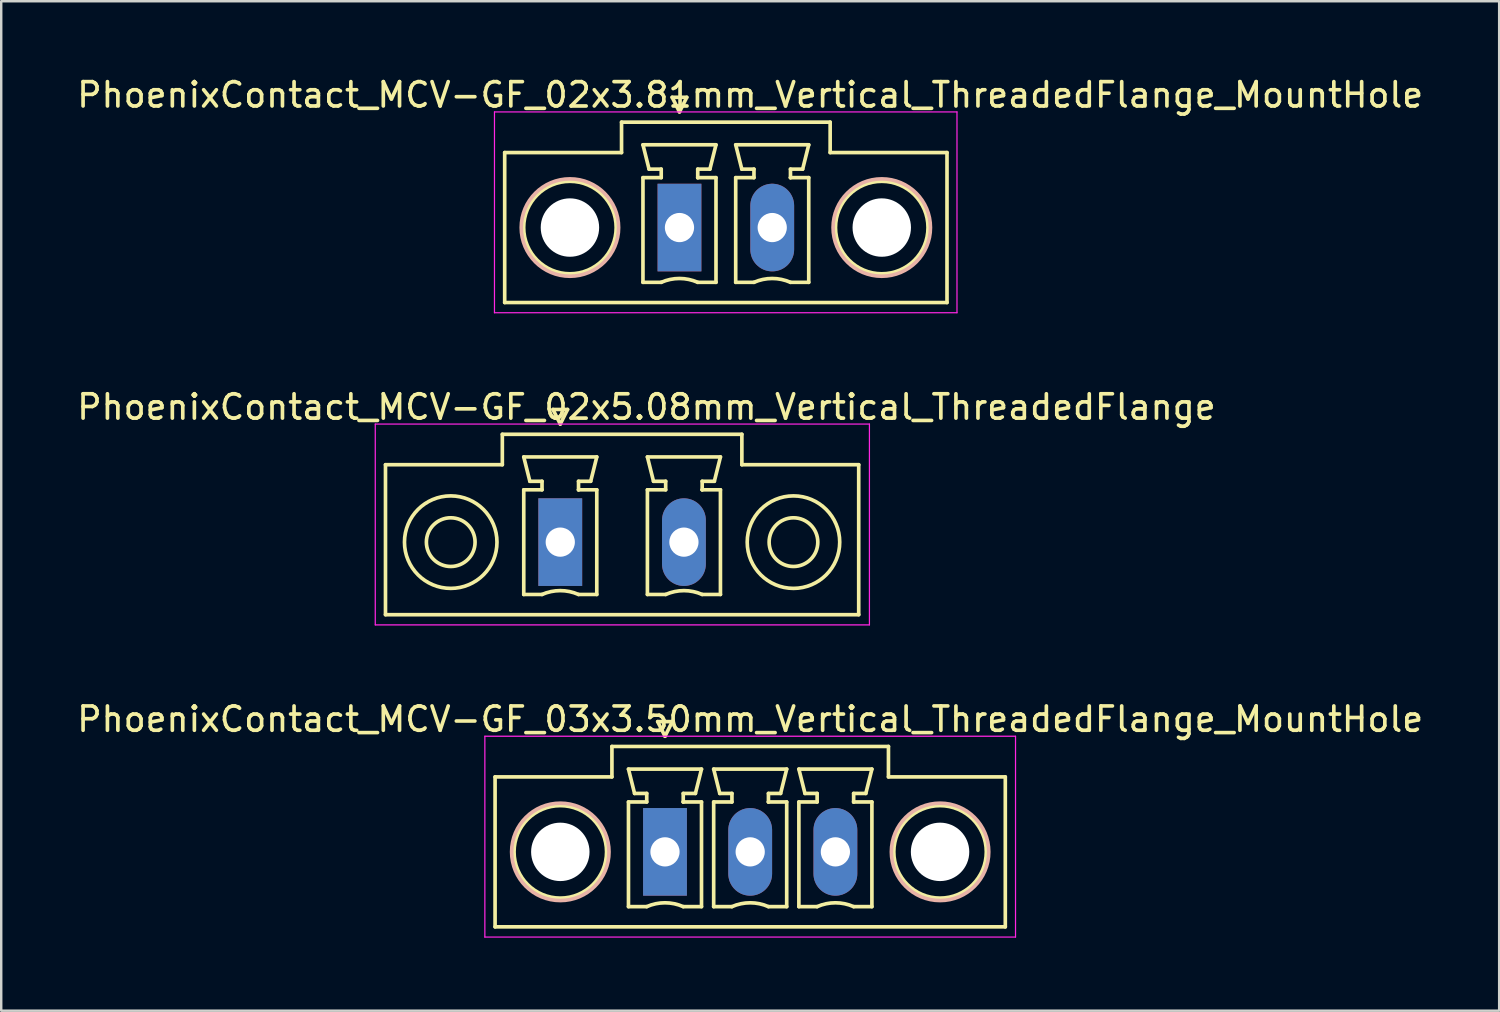
<source format=kicad_pcb>
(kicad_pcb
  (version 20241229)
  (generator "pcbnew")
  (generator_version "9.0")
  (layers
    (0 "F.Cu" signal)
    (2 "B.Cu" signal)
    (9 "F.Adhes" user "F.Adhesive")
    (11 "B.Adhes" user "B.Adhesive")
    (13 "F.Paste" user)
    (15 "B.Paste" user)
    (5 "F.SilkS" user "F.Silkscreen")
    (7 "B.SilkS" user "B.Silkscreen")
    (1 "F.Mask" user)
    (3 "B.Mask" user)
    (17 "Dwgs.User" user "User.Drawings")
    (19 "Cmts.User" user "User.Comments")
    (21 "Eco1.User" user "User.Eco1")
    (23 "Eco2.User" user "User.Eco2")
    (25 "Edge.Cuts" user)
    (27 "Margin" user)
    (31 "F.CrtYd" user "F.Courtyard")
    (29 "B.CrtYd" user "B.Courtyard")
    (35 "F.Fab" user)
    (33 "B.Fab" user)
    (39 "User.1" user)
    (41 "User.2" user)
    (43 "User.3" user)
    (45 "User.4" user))
  (footprint "PhoenixContact_MCV-GF_02x3.81mm_Vertical_ThreadedFlange_MountHole"
    (layer "F.Cu")
    (at 24.863 6.298)
    (property "Reference" "PhoenixContact_MCV-GF_02x3.81mm_Vertical_ThreadedFlange_MountHole" (at 2.905 -5.45 0) (layer "F.SilkS") (effects (font (size 1 1) (thickness 0.15))))
    (attr through_hole)
    (fp_line (start -7.18 -3.08) (end -7.18 3.08) (stroke (width 0.15) (type solid)) (layer "F.SilkS"))
    (fp_line (start -7.18 3.08) (end 10.99 3.08) (stroke (width 0.15) (type solid)) (layer "F.SilkS"))
    (fp_line (start -2.38 -4.33) (end -2.38 -3.08) (stroke (width 0.15) (type solid)) (layer "F.SilkS"))
    (fp_line (start -2.38 -3.08) (end -7.18 -3.08) (stroke (width 0.15) (type solid)) (layer "F.SilkS"))
    (fp_line (start -1.5 -3.4) (end 1.5 -3.4) (stroke (width 0.15) (type solid)) (layer "F.SilkS"))
    (fp_line (start -1.5 -2.05) (end -0.75 -2.05) (stroke (width 0.15) (type solid)) (layer "F.SilkS"))
    (fp_line (start -1.5 2.25) (end -1.5 -2.05) (stroke (width 0.15) (type solid)) (layer "F.SilkS"))
    (fp_line (start -1.25 -2.4) (end -1.5 -3.4) (stroke (width 0.15) (type solid)) (layer "F.SilkS"))
    (fp_line (start -0.75 -2.4) (end -1.25 -2.4) (stroke (width 0.15) (type solid)) (layer "F.SilkS"))
    (fp_line (start -0.75 -2.05) (end -0.75 -2.4) (stroke (width 0.15) (type solid)) (layer "F.SilkS"))
    (fp_line (start -0.75 2.25) (end -1.5 2.25) (stroke (width 0.15) (type solid)) (layer "F.SilkS"))
    (fp_line (start -0.3 -5.35) (end 0 -4.75) (stroke (width 0.15) (type solid)) (layer "F.SilkS"))
    (fp_line (start 0 -4.75) (end 0.3 -5.35) (stroke (width 0.15) (type solid)) (layer "F.SilkS"))
    (fp_line (start 0.3 -5.35) (end -0.3 -5.35) (stroke (width 0.15) (type solid)) (layer "F.SilkS"))
    (fp_line (start 0.75 -2.4) (end 0.75 -2.05) (stroke (width 0.15) (type solid)) (layer "F.SilkS"))
    (fp_line (start 0.75 -2.05) (end 0.75 -2.05) (stroke (width 0.15) (type solid)) (layer "F.SilkS"))
    (fp_line (start 0.75 -2.05) (end 1.5 -2.05) (stroke (width 0.15) (type solid)) (layer "F.SilkS"))
    (fp_line (start 1.25 -2.4) (end 0.75 -2.4) (stroke (width 0.15) (type solid)) (layer "F.SilkS"))
    (fp_line (start 1.5 -3.4) (end 1.25 -2.4) (stroke (width 0.15) (type solid)) (layer "F.SilkS"))
    (fp_line (start 1.5 -2.05) (end 1.5 2.25) (stroke (width 0.15) (type solid)) (layer "F.SilkS"))
    (fp_line (start 1.5 2.25) (end 0.75 2.25) (stroke (width 0.15) (type solid)) (layer "F.SilkS"))
    (fp_line (start 2.31 -3.4) (end 5.31 -3.4) (stroke (width 0.15) (type solid)) (layer "F.SilkS"))
    (fp_line (start 2.31 -2.05) (end 3.06 -2.05) (stroke (width 0.15) (type solid)) (layer "F.SilkS"))
    (fp_line (start 2.31 2.25) (end 2.31 -2.05) (stroke (width 0.15) (type solid)) (layer "F.SilkS"))
    (fp_line (start 2.56 -2.4) (end 2.31 -3.4) (stroke (width 0.15) (type solid)) (layer "F.SilkS"))
    (fp_line (start 3.06 -2.4) (end 2.56 -2.4) (stroke (width 0.15) (type solid)) (layer "F.SilkS"))
    (fp_line (start 3.06 -2.05) (end 3.06 -2.4) (stroke (width 0.15) (type solid)) (layer "F.SilkS"))
    (fp_line (start 3.06 2.25) (end 2.31 2.25) (stroke (width 0.15) (type solid)) (layer "F.SilkS"))
    (fp_line (start 4.56 -2.4) (end 4.56 -2.05) (stroke (width 0.15) (type solid)) (layer "F.SilkS"))
    (fp_line (start 4.56 -2.05) (end 4.56 -2.05) (stroke (width 0.15) (type solid)) (layer "F.SilkS"))
    (fp_line (start 4.56 -2.05) (end 5.31 -2.05) (stroke (width 0.15) (type solid)) (layer "F.SilkS"))
    (fp_line (start 5.06 -2.4) (end 4.56 -2.4) (stroke (width 0.15) (type solid)) (layer "F.SilkS"))
    (fp_line (start 5.31 -3.4) (end 5.06 -2.4) (stroke (width 0.15) (type solid)) (layer "F.SilkS"))
    (fp_line (start 5.31 -2.05) (end 5.31 2.25) (stroke (width 0.15) (type solid)) (layer "F.SilkS"))
    (fp_line (start 5.31 2.25) (end 4.56 2.25) (stroke (width 0.15) (type solid)) (layer "F.SilkS"))
    (fp_line (start 6.19 -4.33) (end -2.38 -4.33) (stroke (width 0.15) (type solid)) (layer "F.SilkS"))
    (fp_line (start 6.19 -3.08) (end 6.19 -4.33) (stroke (width 0.15) (type solid)) (layer "F.SilkS"))
    (fp_line (start 10.99 -3.08) (end 6.19 -3.08) (stroke (width 0.15) (type solid)) (layer "F.SilkS"))
    (fp_line (start 10.99 3.08) (end 10.99 -3.08) (stroke (width 0.15) (type solid)) (layer "F.SilkS"))
    (fp_arc (start -0.75 2.25) (mid -0.000193 2.09191) (end 0.749647 2.249844) (stroke (width 0.15) (type solid)) (layer "F.SilkS"))
    (fp_arc (start 3.06 2.25) (mid 3.809807 2.09191) (end 4.559647 2.249844) (stroke (width 0.15) (type solid)) (layer "F.SilkS"))
    (fp_circle (center -4.5 0) (end -2.6 0) (stroke (width 0.15) (type solid)) (fill no) (layer "F.SilkS"))
    (fp_circle (center 8.31 0) (end 10.21 0) (stroke (width 0.15) (type solid)) (fill no) (layer "F.SilkS"))
    (fp_circle (center -4.5 0) (end -2.5 0) (stroke (width 0.15) (type solid)) (fill no) (layer "B.SilkS"))
    (fp_circle (center 8.31 0) (end 10.31 0) (stroke (width 0.15) (type solid)) (fill no) (layer "B.SilkS"))
    (fp_line (start -7.6 -4.75) (end -7.6 3.5) (stroke (width 0.05) (type solid)) (layer "F.CrtYd"))
    (fp_line (start -7.6 3.5) (end 11.4 3.5) (stroke (width 0.05) (type solid)) (layer "F.CrtYd"))
    (fp_line (start 11.4 -4.75) (end -7.6 -4.75) (stroke (width 0.05) (type solid)) (layer "F.CrtYd"))
    (fp_line (start 11.4 3.5) (end 11.4 -4.75) (stroke (width 0.05) (type solid)) (layer "F.CrtYd"))
    (pad "" np_thru_hole circle (at -4.5 0) (size 2.4 2.4) (drill 2.4) (layers "*.Cu" "*.Mask"))
    (pad "" np_thru_hole circle (at 8.31 0) (size 2.4 2.4) (drill 2.4) (layers "*.Cu" "*.Mask"))
    (pad "1" thru_hole rect (at 0 0) (size 1.8 3.6) (drill 1.2) (layers "*.Cu" "*.Mask"))
    (pad "2" thru_hole oval (at 3.81 0) (size 1.8 3.6) (drill 1.2) (layers "*.Cu" "*.Mask")))
  (footprint "PhoenixContact_MCV-GF_02x5.08mm_Vertical_ThreadedFlange"
    (layer "F.Cu")
    (at 19.966 19.221)
    (property "Reference" "PhoenixContact_MCV-GF_02x5.08mm_Vertical_ThreadedFlange" (at 3.54 -5.55 0) (layer "F.SilkS") (effects (font (size 1 1) (thickness 0.15))))
    (attr through_hole)
    (fp_line (start -7.18 -3.18) (end -7.18 2.98) (stroke (width 0.15) (type solid)) (layer "F.SilkS"))
    (fp_line (start -7.18 2.98) (end 12.26 2.98) (stroke (width 0.15) (type solid)) (layer "F.SilkS"))
    (fp_line (start -2.38 -4.43) (end -2.38 -3.18) (stroke (width 0.15) (type solid)) (layer "F.SilkS"))
    (fp_line (start -2.38 -3.18) (end -7.18 -3.18) (stroke (width 0.15) (type solid)) (layer "F.SilkS"))
    (fp_line (start -1.5 -3.5) (end 1.5 -3.5) (stroke (width 0.15) (type solid)) (layer "F.SilkS"))
    (fp_line (start -1.5 -2.15) (end -0.75 -2.15) (stroke (width 0.15) (type solid)) (layer "F.SilkS"))
    (fp_line (start -1.5 2.15) (end -1.5 -2.15) (stroke (width 0.15) (type solid)) (layer "F.SilkS"))
    (fp_line (start -1.25 -2.5) (end -1.5 -3.5) (stroke (width 0.15) (type solid)) (layer "F.SilkS"))
    (fp_line (start -0.75 -2.5) (end -1.25 -2.5) (stroke (width 0.15) (type solid)) (layer "F.SilkS"))
    (fp_line (start -0.75 -2.15) (end -0.75 -2.5) (stroke (width 0.15) (type solid)) (layer "F.SilkS"))
    (fp_line (start -0.75 2.15) (end -1.5 2.15) (stroke (width 0.15) (type solid)) (layer "F.SilkS"))
    (fp_line (start -0.3 -5.45) (end 0 -4.85) (stroke (width 0.15) (type solid)) (layer "F.SilkS"))
    (fp_line (start 0 -4.85) (end 0.3 -5.45) (stroke (width 0.15) (type solid)) (layer "F.SilkS"))
    (fp_line (start 0.3 -5.45) (end -0.3 -5.45) (stroke (width 0.15) (type solid)) (layer "F.SilkS"))
    (fp_line (start 0.75 -2.5) (end 0.75 -2.15) (stroke (width 0.15) (type solid)) (layer "F.SilkS"))
    (fp_line (start 0.75 -2.15) (end 0.75 -2.15) (stroke (width 0.15) (type solid)) (layer "F.SilkS"))
    (fp_line (start 0.75 -2.15) (end 1.5 -2.15) (stroke (width 0.15) (type solid)) (layer "F.SilkS"))
    (fp_line (start 1.25 -2.5) (end 0.75 -2.5) (stroke (width 0.15) (type solid)) (layer "F.SilkS"))
    (fp_line (start 1.5 -3.5) (end 1.25 -2.5) (stroke (width 0.15) (type solid)) (layer "F.SilkS"))
    (fp_line (start 1.5 -2.15) (end 1.5 2.15) (stroke (width 0.15) (type solid)) (layer "F.SilkS"))
    (fp_line (start 1.5 2.15) (end 0.75 2.15) (stroke (width 0.15) (type solid)) (layer "F.SilkS"))
    (fp_line (start 3.58 -3.5) (end 6.58 -3.5) (stroke (width 0.15) (type solid)) (layer "F.SilkS"))
    (fp_line (start 3.58 -2.15) (end 4.33 -2.15) (stroke (width 0.15) (type solid)) (layer "F.SilkS"))
    (fp_line (start 3.58 2.15) (end 3.58 -2.15) (stroke (width 0.15) (type solid)) (layer "F.SilkS"))
    (fp_line (start 3.83 -2.5) (end 3.58 -3.5) (stroke (width 0.15) (type solid)) (layer "F.SilkS"))
    (fp_line (start 4.33 -2.5) (end 3.83 -2.5) (stroke (width 0.15) (type solid)) (layer "F.SilkS"))
    (fp_line (start 4.33 -2.15) (end 4.33 -2.5) (stroke (width 0.15) (type solid)) (layer "F.SilkS"))
    (fp_line (start 4.33 2.15) (end 3.58 2.15) (stroke (width 0.15) (type solid)) (layer "F.SilkS"))
    (fp_line (start 5.83 -2.5) (end 5.83 -2.15) (stroke (width 0.15) (type solid)) (layer "F.SilkS"))
    (fp_line (start 5.83 -2.15) (end 5.83 -2.15) (stroke (width 0.15) (type solid)) (layer "F.SilkS"))
    (fp_line (start 5.83 -2.15) (end 6.58 -2.15) (stroke (width 0.15) (type solid)) (layer "F.SilkS"))
    (fp_line (start 6.33 -2.5) (end 5.83 -2.5) (stroke (width 0.15) (type solid)) (layer "F.SilkS"))
    (fp_line (start 6.58 -3.5) (end 6.33 -2.5) (stroke (width 0.15) (type solid)) (layer "F.SilkS"))
    (fp_line (start 6.58 -2.15) (end 6.58 2.15) (stroke (width 0.15) (type solid)) (layer "F.SilkS"))
    (fp_line (start 6.58 2.15) (end 5.83 2.15) (stroke (width 0.15) (type solid)) (layer "F.SilkS"))
    (fp_line (start 7.46 -4.43) (end -2.38 -4.43) (stroke (width 0.15) (type solid)) (layer "F.SilkS"))
    (fp_line (start 7.46 -3.18) (end 7.46 -4.43) (stroke (width 0.15) (type solid)) (layer "F.SilkS"))
    (fp_line (start 12.26 -3.18) (end 7.46 -3.18) (stroke (width 0.15) (type solid)) (layer "F.SilkS"))
    (fp_line (start 12.26 2.98) (end 12.26 -3.18) (stroke (width 0.15) (type solid)) (layer "F.SilkS"))
    (fp_arc (start -0.75 2.15) (mid -0.000193 1.99191) (end 0.749647 2.149844) (stroke (width 0.15) (type solid)) (layer "F.SilkS"))
    (fp_arc (start 4.33 2.15) (mid 5.079807 1.99191) (end 5.829647 2.149844) (stroke (width 0.15) (type solid)) (layer "F.SilkS"))
    (fp_circle (center -4.5 0) (end -3.5 0) (stroke (width 0.15) (type solid)) (fill no) (layer "F.SilkS"))
    (fp_circle (center -4.5 0) (end -2.6 0) (stroke (width 0.15) (type solid)) (fill no) (layer "F.SilkS"))
    (fp_circle (center 9.58 0) (end 10.58 0) (stroke (width 0.15) (type solid)) (fill no) (layer "F.SilkS"))
    (fp_circle (center 9.58 0) (end 11.48 0) (stroke (width 0.15) (type solid)) (fill no) (layer "F.SilkS"))
    (fp_line (start -7.6 -4.85) (end -7.6 3.4) (stroke (width 0.05) (type solid)) (layer "F.CrtYd"))
    (fp_line (start -7.6 3.4) (end 12.7 3.4) (stroke (width 0.05) (type solid)) (layer "F.CrtYd"))
    (fp_line (start 12.7 -4.85) (end -7.6 -4.85) (stroke (width 0.05) (type solid)) (layer "F.CrtYd"))
    (fp_line (start 12.7 3.4) (end 12.7 -4.85) (stroke (width 0.05) (type solid)) (layer "F.CrtYd"))
    (pad "1" thru_hole rect (at 0 0) (size 1.8 3.6) (drill 1.2) (layers "*.Cu" "*.Mask"))
    (pad "2" thru_hole oval (at 5.08 0) (size 1.8 3.6) (drill 1.2) (layers "*.Cu" "*.Mask")))
  (footprint "PhoenixContact_MCV-GF_03x3.50mm_Vertical_ThreadedFlange_MountHole"
    (layer "F.Cu")
    (at 24.268 31.945)
    (property "Reference" "PhoenixContact_MCV-GF_03x3.50mm_Vertical_ThreadedFlange_MountHole" (at 3.5 -5.45 0) (layer "F.SilkS") (effects (font (size 1 1) (thickness 0.15))))
    (attr through_hole)
    (fp_line (start -6.98 -3.08) (end -6.98 3.08) (stroke (width 0.15) (type solid)) (layer "F.SilkS"))
    (fp_line (start -6.98 3.08) (end 13.98 3.08) (stroke (width 0.15) (type solid)) (layer "F.SilkS"))
    (fp_line (start -2.18 -4.33) (end -2.18 -3.08) (stroke (width 0.15) (type solid)) (layer "F.SilkS"))
    (fp_line (start -2.18 -3.08) (end -6.98 -3.08) (stroke (width 0.15) (type solid)) (layer "F.SilkS"))
    (fp_line (start -1.5 -3.4) (end 1.5 -3.4) (stroke (width 0.15) (type solid)) (layer "F.SilkS"))
    (fp_line (start -1.5 -2.05) (end -0.75 -2.05) (stroke (width 0.15) (type solid)) (layer "F.SilkS"))
    (fp_line (start -1.5 2.25) (end -1.5 -2.05) (stroke (width 0.15) (type solid)) (layer "F.SilkS"))
    (fp_line (start -1.25 -2.4) (end -1.5 -3.4) (stroke (width 0.15) (type solid)) (layer "F.SilkS"))
    (fp_line (start -0.75 -2.4) (end -1.25 -2.4) (stroke (width 0.15) (type solid)) (layer "F.SilkS"))
    (fp_line (start -0.75 -2.05) (end -0.75 -2.4) (stroke (width 0.15) (type solid)) (layer "F.SilkS"))
    (fp_line (start -0.75 2.25) (end -1.5 2.25) (stroke (width 0.15) (type solid)) (layer "F.SilkS"))
    (fp_line (start -0.3 -5.35) (end 0 -4.75) (stroke (width 0.15) (type solid)) (layer "F.SilkS"))
    (fp_line (start 0 -4.75) (end 0.3 -5.35) (stroke (width 0.15) (type solid)) (layer "F.SilkS"))
    (fp_line (start 0.3 -5.35) (end -0.3 -5.35) (stroke (width 0.15) (type solid)) (layer "F.SilkS"))
    (fp_line (start 0.75 -2.4) (end 0.75 -2.05) (stroke (width 0.15) (type solid)) (layer "F.SilkS"))
    (fp_line (start 0.75 -2.05) (end 0.75 -2.05) (stroke (width 0.15) (type solid)) (layer "F.SilkS"))
    (fp_line (start 0.75 -2.05) (end 1.5 -2.05) (stroke (width 0.15) (type solid)) (layer "F.SilkS"))
    (fp_line (start 1.25 -2.4) (end 0.75 -2.4) (stroke (width 0.15) (type solid)) (layer "F.SilkS"))
    (fp_line (start 1.5 -3.4) (end 1.25 -2.4) (stroke (width 0.15) (type solid)) (layer "F.SilkS"))
    (fp_line (start 1.5 -2.05) (end 1.5 2.25) (stroke (width 0.15) (type solid)) (layer "F.SilkS"))
    (fp_line (start 1.5 2.25) (end 0.75 2.25) (stroke (width 0.15) (type solid)) (layer "F.SilkS"))
    (fp_line (start 2 -3.4) (end 5 -3.4) (stroke (width 0.15) (type solid)) (layer "F.SilkS"))
    (fp_line (start 2 -2.05) (end 2.75 -2.05) (stroke (width 0.15) (type solid)) (layer "F.SilkS"))
    (fp_line (start 2 2.25) (end 2 -2.05) (stroke (width 0.15) (type solid)) (layer "F.SilkS"))
    (fp_line (start 2.25 -2.4) (end 2 -3.4) (stroke (width 0.15) (type solid)) (layer "F.SilkS"))
    (fp_line (start 2.75 -2.4) (end 2.25 -2.4) (stroke (width 0.15) (type solid)) (layer "F.SilkS"))
    (fp_line (start 2.75 -2.05) (end 2.75 -2.4) (stroke (width 0.15) (type solid)) (layer "F.SilkS"))
    (fp_line (start 2.75 2.25) (end 2 2.25) (stroke (width 0.15) (type solid)) (layer "F.SilkS"))
    (fp_line (start 4.25 -2.4) (end 4.25 -2.05) (stroke (width 0.15) (type solid)) (layer "F.SilkS"))
    (fp_line (start 4.25 -2.05) (end 4.25 -2.05) (stroke (width 0.15) (type solid)) (layer "F.SilkS"))
    (fp_line (start 4.25 -2.05) (end 5 -2.05) (stroke (width 0.15) (type solid)) (layer "F.SilkS"))
    (fp_line (start 4.75 -2.4) (end 4.25 -2.4) (stroke (width 0.15) (type solid)) (layer "F.SilkS"))
    (fp_line (start 5 -3.4) (end 4.75 -2.4) (stroke (width 0.15) (type solid)) (layer "F.SilkS"))
    (fp_line (start 5 -2.05) (end 5 2.25) (stroke (width 0.15) (type solid)) (layer "F.SilkS"))
    (fp_line (start 5 2.25) (end 4.25 2.25) (stroke (width 0.15) (type solid)) (layer "F.SilkS"))
    (fp_line (start 5.5 -3.4) (end 8.5 -3.4) (stroke (width 0.15) (type solid)) (layer "F.SilkS"))
    (fp_line (start 5.5 -2.05) (end 6.25 -2.05) (stroke (width 0.15) (type solid)) (layer "F.SilkS"))
    (fp_line (start 5.5 2.25) (end 5.5 -2.05) (stroke (width 0.15) (type solid)) (layer "F.SilkS"))
    (fp_line (start 5.75 -2.4) (end 5.5 -3.4) (stroke (width 0.15) (type solid)) (layer "F.SilkS"))
    (fp_line (start 6.25 -2.4) (end 5.75 -2.4) (stroke (width 0.15) (type solid)) (layer "F.SilkS"))
    (fp_line (start 6.25 -2.05) (end 6.25 -2.4) (stroke (width 0.15) (type solid)) (layer "F.SilkS"))
    (fp_line (start 6.25 2.25) (end 5.5 2.25) (stroke (width 0.15) (type solid)) (layer "F.SilkS"))
    (fp_line (start 7.75 -2.4) (end 7.75 -2.05) (stroke (width 0.15) (type solid)) (layer "F.SilkS"))
    (fp_line (start 7.75 -2.05) (end 7.75 -2.05) (stroke (width 0.15) (type solid)) (layer "F.SilkS"))
    (fp_line (start 7.75 -2.05) (end 8.5 -2.05) (stroke (width 0.15) (type solid)) (layer "F.SilkS"))
    (fp_line (start 8.25 -2.4) (end 7.75 -2.4) (stroke (width 0.15) (type solid)) (layer "F.SilkS"))
    (fp_line (start 8.5 -3.4) (end 8.25 -2.4) (stroke (width 0.15) (type solid)) (layer "F.SilkS"))
    (fp_line (start 8.5 -2.05) (end 8.5 2.25) (stroke (width 0.15) (type solid)) (layer "F.SilkS"))
    (fp_line (start 8.5 2.25) (end 7.75 2.25) (stroke (width 0.15) (type solid)) (layer "F.SilkS"))
    (fp_line (start 9.18 -4.33) (end -2.18 -4.33) (stroke (width 0.15) (type solid)) (layer "F.SilkS"))
    (fp_line (start 9.18 -3.08) (end 9.18 -4.33) (stroke (width 0.15) (type solid)) (layer "F.SilkS"))
    (fp_line (start 13.98 -3.08) (end 9.18 -3.08) (stroke (width 0.15) (type solid)) (layer "F.SilkS"))
    (fp_line (start 13.98 3.08) (end 13.98 -3.08) (stroke (width 0.15) (type solid)) (layer "F.SilkS"))
    (fp_arc (start -0.75 2.25) (mid -0.000193 2.09191) (end 0.749647 2.249844) (stroke (width 0.15) (type solid)) (layer "F.SilkS"))
    (fp_arc (start 2.75 2.25) (mid 3.499807 2.09191) (end 4.249647 2.249844) (stroke (width 0.15) (type solid)) (layer "F.SilkS"))
    (fp_arc (start 6.25 2.25) (mid 6.999807 2.09191) (end 7.749647 2.249844) (stroke (width 0.15) (type solid)) (layer "F.SilkS"))
    (fp_circle (center -4.3 0) (end -2.4 0) (stroke (width 0.15) (type solid)) (fill no) (layer "F.SilkS"))
    (fp_circle (center 11.3 0) (end 13.2 0) (stroke (width 0.15) (type solid)) (fill no) (layer "F.SilkS"))
    (fp_circle (center -4.3 0) (end -2.3 0) (stroke (width 0.15) (type solid)) (fill no) (layer "B.SilkS"))
    (fp_circle (center 11.3 0) (end 13.3 0) (stroke (width 0.15) (type solid)) (fill no) (layer "B.SilkS"))
    (fp_line (start -7.4 -4.75) (end -7.4 3.5) (stroke (width 0.05) (type solid)) (layer "F.CrtYd"))
    (fp_line (start -7.4 3.5) (end 14.4 3.5) (stroke (width 0.05) (type solid)) (layer "F.CrtYd"))
    (fp_line (start 14.4 -4.75) (end -7.4 -4.75) (stroke (width 0.05) (type solid)) (layer "F.CrtYd"))
    (fp_line (start 14.4 3.5) (end 14.4 -4.75) (stroke (width 0.05) (type solid)) (layer "F.CrtYd"))
    (pad "" np_thru_hole circle (at -4.3 0) (size 2.4 2.4) (drill 2.4) (layers "*.Cu" "*.Mask"))
    (pad "" np_thru_hole circle (at 11.3 0) (size 2.4 2.4) (drill 2.4) (layers "*.Cu" "*.Mask"))
    (pad "1" thru_hole rect (at 0 0) (size 1.8 3.6) (drill 1.2) (layers "*.Cu" "*.Mask"))
    (pad "2" thru_hole oval (at 3.5 0) (size 1.8 3.6) (drill 1.2) (layers "*.Cu" "*.Mask"))
    (pad "3" thru_hole oval (at 7 0) (size 1.8 3.6) (drill 1.2) (layers "*.Cu" "*.Mask")))
  (gr_rect
    (start -3 -3)
    (end 58.536 38.47)
    (stroke (width 0.1) (type default))
    (fill no)
    (layer "Edge.Cuts")))
</source>
